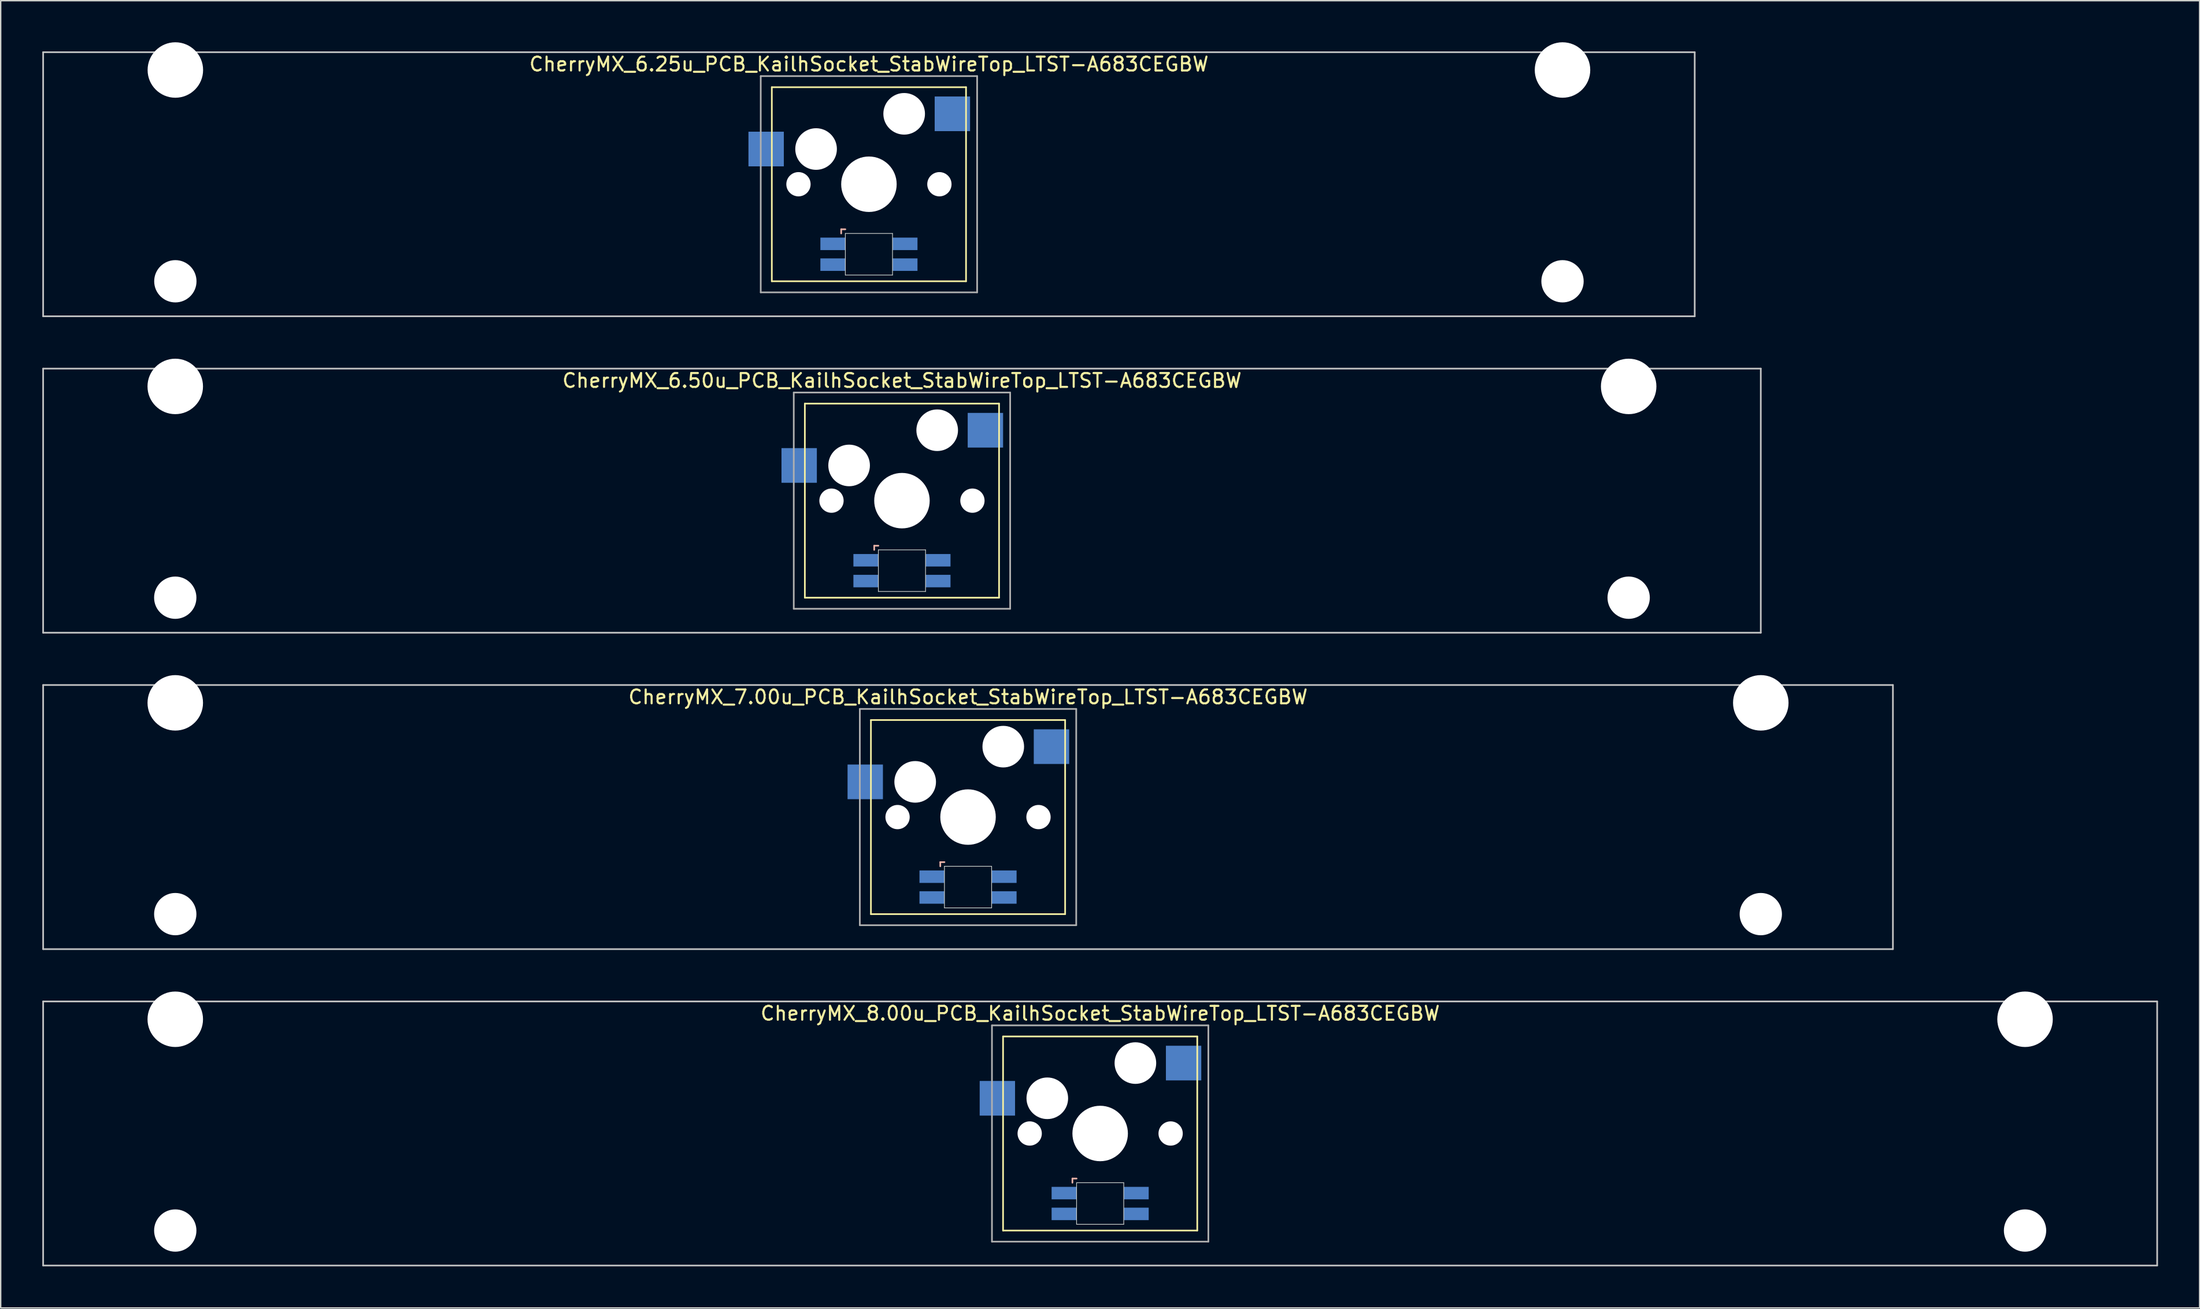
<source format=kicad_pcb>
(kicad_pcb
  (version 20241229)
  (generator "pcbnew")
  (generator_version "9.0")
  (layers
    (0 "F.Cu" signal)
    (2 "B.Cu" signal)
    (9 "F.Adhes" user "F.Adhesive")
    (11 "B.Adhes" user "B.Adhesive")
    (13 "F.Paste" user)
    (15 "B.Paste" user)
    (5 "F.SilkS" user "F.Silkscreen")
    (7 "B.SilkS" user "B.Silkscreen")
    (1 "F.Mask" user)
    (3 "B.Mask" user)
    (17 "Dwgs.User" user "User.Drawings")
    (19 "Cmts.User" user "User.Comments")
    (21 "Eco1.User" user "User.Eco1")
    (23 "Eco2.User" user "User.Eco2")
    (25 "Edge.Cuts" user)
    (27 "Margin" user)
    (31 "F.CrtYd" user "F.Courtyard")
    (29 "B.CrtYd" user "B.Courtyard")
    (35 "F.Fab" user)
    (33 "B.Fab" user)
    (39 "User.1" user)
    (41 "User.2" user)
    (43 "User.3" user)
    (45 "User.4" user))
  (footprint "CherryMX_6.50u_PCB_KailhSocket_StabWireTop_LTST-A683CEGBW"
    (layer "F.Cu")
    (at 61.972 33.065)
    (property "Reference" "CherryMX_6.50u_PCB_KailhSocket_StabWireTop_LTST-A683CEGBW" (at 0 -8.662 0) (layer "F.SilkS") (effects (font (size 1 1) (thickness 0.15))))
    (attr through_hole)
    (fp_line (start -7 -7) (end -7 7) (stroke (width 0.12) (type solid)) (layer "F.SilkS"))
    (fp_line (start -7 -7) (end 7 -7) (stroke (width 0.12) (type solid)) (layer "F.SilkS"))
    (fp_line (start 7 -7) (end 7 7) (stroke (width 0.12) (type solid)) (layer "F.SilkS"))
    (fp_line (start 7 7) (end -7 7) (stroke (width 0.12) (type solid)) (layer "F.SilkS"))
    (fp_line (start -2 3.25) (end -2 3.55) (stroke (width 0.12) (type solid)) (layer "B.SilkS"))
    (fp_line (start -1.7 3.25) (end -2 3.25) (stroke (width 0.12) (type solid)) (layer "B.SilkS"))
    (fp_line (start -61.913 -9.525) (end 61.913 -9.525) (stroke (width 0.12) (type solid)) (layer "Dwgs.User"))
    (fp_line (start -61.913 9.525) (end -61.913 -9.525) (stroke (width 0.12) (type solid)) (layer "Dwgs.User"))
    (fp_line (start 61.913 -9.525) (end 61.913 9.525) (stroke (width 0.12) (type solid)) (layer "Dwgs.User"))
    (fp_line (start 61.913 9.525) (end -61.913 9.525) (stroke (width 0.12) (type solid)) (layer "Dwgs.User"))
    (fp_line (start -1.7 3.55) (end 1.7 3.55) (stroke (width 0.05) (type solid)) (layer "Edge.Cuts"))
    (fp_line (start -1.7 6.55) (end -1.7 3.55) (stroke (width 0.05) (type solid)) (layer "Edge.Cuts"))
    (fp_line (start 1.7 3.55) (end 1.7 6.55) (stroke (width 0.05) (type solid)) (layer "Edge.Cuts"))
    (fp_line (start 1.7 6.55) (end -1.7 6.55) (stroke (width 0.05) (type solid)) (layer "Edge.Cuts"))
    (fp_line (start -7.8 -7.8) (end -7.8 7.8) (stroke (width 0.12) (type solid)) (layer "F.Fab"))
    (fp_line (start -7.8 -7.8) (end 7.8 -7.8) (stroke (width 0.12) (type solid)) (layer "F.Fab"))
    (fp_line (start -7.8 7.8) (end 7.8 7.8) (stroke (width 0.12) (type solid)) (layer "F.Fab"))
    (fp_line (start 7.8 -7.8) (end 7.8 7.8) (stroke (width 0.12) (type solid)) (layer "F.Fab"))
    (pad "" np_thru_hole circle (at -52.388 -8.24) (size 4 4) (drill 4) (layers "*.Cu" "*.Mask"))
    (pad "" np_thru_hole circle (at -52.388 7) (size 3.05 3.05) (drill 3.05) (layers "*.Cu" "*.Mask"))
    (pad "" np_thru_hole circle (at -5.08 0) (size 1.75 1.75) (drill 1.75) (layers "*.Cu" "*.Mask"))
    (pad "" np_thru_hole circle (at -3.81 -2.54) (size 3 3) (drill 3) (layers "*.Cu" "*.Mask"))
    (pad "" np_thru_hole circle (at 0 0) (size 4 4) (drill 4) (layers "*.Cu" "*.Mask"))
    (pad "" np_thru_hole circle (at 2.54 -5.08) (size 3 3) (drill 3) (layers "*.Cu" "*.Mask"))
    (pad "" np_thru_hole circle (at 5.08 0) (size 1.75 1.75) (drill 1.75) (layers "*.Cu" "*.Mask"))
    (pad "" np_thru_hole circle (at 52.388 -8.24) (size 4 4) (drill 4) (layers "*.Cu" "*.Mask"))
    (pad "" np_thru_hole circle (at 52.388 7) (size 3.05 3.05) (drill 3.05) (layers "*.Cu" "*.Mask"))
    (pad "1" smd rect (at -7.41 -2.54) (size 2.55 2.5) (layers "B.Cu" "B.Mask" "B.Paste"))
    (pad "2" smd rect (at 6.015 -5.08) (size 2.55 2.5) (layers "B.Cu" "B.Mask" "B.Paste"))
    (pad "3" smd rect (at -2.6 4.3) (size 1.8 0.9) (layers "B.Cu" "B.Mask" "B.Paste"))
    (pad "4" smd rect (at -2.6 5.8) (size 1.8 0.9) (layers "B.Cu" "B.Mask" "B.Paste"))
    (pad "5" smd rect (at 2.6 4.3) (size 1.8 0.9) (layers "B.Cu" "B.Mask" "B.Paste"))
    (pad "6" smd rect (at 2.6 5.8) (size 1.8 0.9) (layers "B.Cu" "B.Mask" "B.Paste")))
  (footprint "CherryMX_6.25u_PCB_KailhSocket_StabWireTop_LTST-A683CEGBW"
    (layer "F.Cu")
    (at 59.591 10.24)
    (property "Reference" "CherryMX_6.25u_PCB_KailhSocket_StabWireTop_LTST-A683CEGBW" (at 0 -8.662 0) (layer "F.SilkS") (effects (font (size 1 1) (thickness 0.15))))
    (attr through_hole)
    (fp_line (start -7 -7) (end -7 7) (stroke (width 0.12) (type solid)) (layer "F.SilkS"))
    (fp_line (start -7 -7) (end 7 -7) (stroke (width 0.12) (type solid)) (layer "F.SilkS"))
    (fp_line (start 7 -7) (end 7 7) (stroke (width 0.12) (type solid)) (layer "F.SilkS"))
    (fp_line (start 7 7) (end -7 7) (stroke (width 0.12) (type solid)) (layer "F.SilkS"))
    (fp_line (start -2 3.25) (end -2 3.55) (stroke (width 0.12) (type solid)) (layer "B.SilkS"))
    (fp_line (start -1.7 3.25) (end -2 3.25) (stroke (width 0.12) (type solid)) (layer "B.SilkS"))
    (fp_line (start -59.531 -9.525) (end 59.531 -9.525) (stroke (width 0.12) (type solid)) (layer "Dwgs.User"))
    (fp_line (start -59.531 9.525) (end -59.531 -9.525) (stroke (width 0.12) (type solid)) (layer "Dwgs.User"))
    (fp_line (start 59.531 -9.525) (end 59.531 9.525) (stroke (width 0.12) (type solid)) (layer "Dwgs.User"))
    (fp_line (start 59.531 9.525) (end -59.531 9.525) (stroke (width 0.12) (type solid)) (layer "Dwgs.User"))
    (fp_line (start -1.7 3.55) (end 1.7 3.55) (stroke (width 0.05) (type solid)) (layer "Edge.Cuts"))
    (fp_line (start -1.7 6.55) (end -1.7 3.55) (stroke (width 0.05) (type solid)) (layer "Edge.Cuts"))
    (fp_line (start 1.7 3.55) (end 1.7 6.55) (stroke (width 0.05) (type solid)) (layer "Edge.Cuts"))
    (fp_line (start 1.7 6.55) (end -1.7 6.55) (stroke (width 0.05) (type solid)) (layer "Edge.Cuts"))
    (fp_line (start -7.8 -7.8) (end -7.8 7.8) (stroke (width 0.12) (type solid)) (layer "F.Fab"))
    (fp_line (start -7.8 -7.8) (end 7.8 -7.8) (stroke (width 0.12) (type solid)) (layer "F.Fab"))
    (fp_line (start -7.8 7.8) (end 7.8 7.8) (stroke (width 0.12) (type solid)) (layer "F.Fab"))
    (fp_line (start 7.8 -7.8) (end 7.8 7.8) (stroke (width 0.12) (type solid)) (layer "F.Fab"))
    (pad "" np_thru_hole circle (at -50 -8.24) (size 4 4) (drill 4) (layers "*.Cu" "*.Mask"))
    (pad "" np_thru_hole circle (at -50 7) (size 3.05 3.05) (drill 3.05) (layers "*.Cu" "*.Mask"))
    (pad "" np_thru_hole circle (at -5.08 0) (size 1.75 1.75) (drill 1.75) (layers "*.Cu" "*.Mask"))
    (pad "" np_thru_hole circle (at -3.81 -2.54) (size 3 3) (drill 3) (layers "*.Cu" "*.Mask"))
    (pad "" np_thru_hole circle (at 0 0) (size 4 4) (drill 4) (layers "*.Cu" "*.Mask"))
    (pad "" np_thru_hole circle (at 2.54 -5.08) (size 3 3) (drill 3) (layers "*.Cu" "*.Mask"))
    (pad "" np_thru_hole circle (at 5.08 0) (size 1.75 1.75) (drill 1.75) (layers "*.Cu" "*.Mask"))
    (pad "" np_thru_hole circle (at 50 -8.24) (size 4 4) (drill 4) (layers "*.Cu" "*.Mask"))
    (pad "" np_thru_hole circle (at 50 7) (size 3.05 3.05) (drill 3.05) (layers "*.Cu" "*.Mask"))
    (pad "1" smd rect (at -7.41 -2.54) (size 2.55 2.5) (layers "B.Cu" "B.Mask" "B.Paste"))
    (pad "2" smd rect (at 6.015 -5.08) (size 2.55 2.5) (layers "B.Cu" "B.Mask" "B.Paste"))
    (pad "3" smd rect (at -2.6 4.3) (size 1.8 0.9) (layers "B.Cu" "B.Mask" "B.Paste"))
    (pad "4" smd rect (at -2.6 5.8) (size 1.8 0.9) (layers "B.Cu" "B.Mask" "B.Paste"))
    (pad "5" smd rect (at 2.6 4.3) (size 1.8 0.9) (layers "B.Cu" "B.Mask" "B.Paste"))
    (pad "6" smd rect (at 2.6 5.8) (size 1.8 0.9) (layers "B.Cu" "B.Mask" "B.Paste")))
  (footprint "CherryMX_7.00u_PCB_KailhSocket_StabWireTop_LTST-A683CEGBW"
    (layer "F.Cu")
    (at 66.735 55.89)
    (property "Reference" "CherryMX_7.00u_PCB_KailhSocket_StabWireTop_LTST-A683CEGBW" (at 0 -8.662 0) (layer "F.SilkS") (effects (font (size 1 1) (thickness 0.15))))
    (attr through_hole)
    (fp_line (start -7 -7) (end -7 7) (stroke (width 0.12) (type solid)) (layer "F.SilkS"))
    (fp_line (start -7 -7) (end 7 -7) (stroke (width 0.12) (type solid)) (layer "F.SilkS"))
    (fp_line (start 7 -7) (end 7 7) (stroke (width 0.12) (type solid)) (layer "F.SilkS"))
    (fp_line (start 7 7) (end -7 7) (stroke (width 0.12) (type solid)) (layer "F.SilkS"))
    (fp_line (start -2 3.25) (end -2 3.55) (stroke (width 0.12) (type solid)) (layer "B.SilkS"))
    (fp_line (start -1.7 3.25) (end -2 3.25) (stroke (width 0.12) (type solid)) (layer "B.SilkS"))
    (fp_line (start -66.675 -9.525) (end 66.675 -9.525) (stroke (width 0.12) (type solid)) (layer "Dwgs.User"))
    (fp_line (start -66.675 9.525) (end -66.675 -9.525) (stroke (width 0.12) (type solid)) (layer "Dwgs.User"))
    (fp_line (start 66.675 -9.525) (end 66.675 9.525) (stroke (width 0.12) (type solid)) (layer "Dwgs.User"))
    (fp_line (start 66.675 9.525) (end -66.675 9.525) (stroke (width 0.12) (type solid)) (layer "Dwgs.User"))
    (fp_line (start -1.7 3.55) (end 1.7 3.55) (stroke (width 0.05) (type solid)) (layer "Edge.Cuts"))
    (fp_line (start -1.7 6.55) (end -1.7 3.55) (stroke (width 0.05) (type solid)) (layer "Edge.Cuts"))
    (fp_line (start 1.7 3.55) (end 1.7 6.55) (stroke (width 0.05) (type solid)) (layer "Edge.Cuts"))
    (fp_line (start 1.7 6.55) (end -1.7 6.55) (stroke (width 0.05) (type solid)) (layer "Edge.Cuts"))
    (fp_line (start -7.8 -7.8) (end -7.8 7.8) (stroke (width 0.12) (type solid)) (layer "F.Fab"))
    (fp_line (start -7.8 -7.8) (end 7.8 -7.8) (stroke (width 0.12) (type solid)) (layer "F.Fab"))
    (fp_line (start -7.8 7.8) (end 7.8 7.8) (stroke (width 0.12) (type solid)) (layer "F.Fab"))
    (fp_line (start 7.8 -7.8) (end 7.8 7.8) (stroke (width 0.12) (type solid)) (layer "F.Fab"))
    (pad "" np_thru_hole circle (at -57.15 -8.24) (size 4 4) (drill 4) (layers "*.Cu" "*.Mask"))
    (pad "" np_thru_hole circle (at -57.15 7) (size 3.05 3.05) (drill 3.05) (layers "*.Cu" "*.Mask"))
    (pad "" np_thru_hole circle (at -5.08 0) (size 1.75 1.75) (drill 1.75) (layers "*.Cu" "*.Mask"))
    (pad "" np_thru_hole circle (at -3.81 -2.54) (size 3 3) (drill 3) (layers "*.Cu" "*.Mask"))
    (pad "" np_thru_hole circle (at 0 0) (size 4 4) (drill 4) (layers "*.Cu" "*.Mask"))
    (pad "" np_thru_hole circle (at 2.54 -5.08) (size 3 3) (drill 3) (layers "*.Cu" "*.Mask"))
    (pad "" np_thru_hole circle (at 5.08 0) (size 1.75 1.75) (drill 1.75) (layers "*.Cu" "*.Mask"))
    (pad "" np_thru_hole circle (at 57.15 -8.24) (size 4 4) (drill 4) (layers "*.Cu" "*.Mask"))
    (pad "" np_thru_hole circle (at 57.15 7) (size 3.05 3.05) (drill 3.05) (layers "*.Cu" "*.Mask"))
    (pad "1" smd rect (at -7.41 -2.54) (size 2.55 2.5) (layers "B.Cu" "B.Mask" "B.Paste"))
    (pad "2" smd rect (at 6.015 -5.08) (size 2.55 2.5) (layers "B.Cu" "B.Mask" "B.Paste"))
    (pad "3" smd rect (at -2.6 4.3) (size 1.8 0.9) (layers "B.Cu" "B.Mask" "B.Paste"))
    (pad "4" smd rect (at -2.6 5.8) (size 1.8 0.9) (layers "B.Cu" "B.Mask" "B.Paste"))
    (pad "5" smd rect (at 2.6 4.3) (size 1.8 0.9) (layers "B.Cu" "B.Mask" "B.Paste"))
    (pad "6" smd rect (at 2.6 5.8) (size 1.8 0.9) (layers "B.Cu" "B.Mask" "B.Paste")))
  (footprint "CherryMX_8.00u_PCB_KailhSocket_StabWireTop_LTST-A683CEGBW"
    (layer "F.Cu")
    (at 76.26 78.715)
    (property "Reference" "CherryMX_8.00u_PCB_KailhSocket_StabWireTop_LTST-A683CEGBW" (at 0 -8.662 0) (layer "F.SilkS") (effects (font (size 1 1) (thickness 0.15))))
    (attr through_hole)
    (fp_line (start -7 -7) (end -7 7) (stroke (width 0.12) (type solid)) (layer "F.SilkS"))
    (fp_line (start -7 -7) (end 7 -7) (stroke (width 0.12) (type solid)) (layer "F.SilkS"))
    (fp_line (start 7 -7) (end 7 7) (stroke (width 0.12) (type solid)) (layer "F.SilkS"))
    (fp_line (start 7 7) (end -7 7) (stroke (width 0.12) (type solid)) (layer "F.SilkS"))
    (fp_line (start -2 3.25) (end -2 3.55) (stroke (width 0.12) (type solid)) (layer "B.SilkS"))
    (fp_line (start -1.7 3.25) (end -2 3.25) (stroke (width 0.12) (type solid)) (layer "B.SilkS"))
    (fp_line (start -76.2 -9.525) (end 76.2 -9.525) (stroke (width 0.12) (type solid)) (layer "Dwgs.User"))
    (fp_line (start -76.2 9.525) (end -76.2 -9.525) (stroke (width 0.12) (type solid)) (layer "Dwgs.User"))
    (fp_line (start 76.2 -9.525) (end 76.2 9.525) (stroke (width 0.12) (type solid)) (layer "Dwgs.User"))
    (fp_line (start 76.2 9.525) (end -76.2 9.525) (stroke (width 0.12) (type solid)) (layer "Dwgs.User"))
    (fp_line (start -1.7 3.55) (end 1.7 3.55) (stroke (width 0.05) (type solid)) (layer "Edge.Cuts"))
    (fp_line (start -1.7 6.55) (end -1.7 3.55) (stroke (width 0.05) (type solid)) (layer "Edge.Cuts"))
    (fp_line (start 1.7 3.55) (end 1.7 6.55) (stroke (width 0.05) (type solid)) (layer "Edge.Cuts"))
    (fp_line (start 1.7 6.55) (end -1.7 6.55) (stroke (width 0.05) (type solid)) (layer "Edge.Cuts"))
    (fp_line (start -7.8 -7.8) (end -7.8 7.8) (stroke (width 0.12) (type solid)) (layer "F.Fab"))
    (fp_line (start -7.8 -7.8) (end 7.8 -7.8) (stroke (width 0.12) (type solid)) (layer "F.Fab"))
    (fp_line (start -7.8 7.8) (end 7.8 7.8) (stroke (width 0.12) (type solid)) (layer "F.Fab"))
    (fp_line (start 7.8 -7.8) (end 7.8 7.8) (stroke (width 0.12) (type solid)) (layer "F.Fab"))
    (pad "" np_thru_hole circle (at -66.675 -8.24) (size 4 4) (drill 4) (layers "*.Cu" "*.Mask"))
    (pad "" np_thru_hole circle (at -66.675 7) (size 3.05 3.05) (drill 3.05) (layers "*.Cu" "*.Mask"))
    (pad "" np_thru_hole circle (at -5.08 0) (size 1.75 1.75) (drill 1.75) (layers "*.Cu" "*.Mask"))
    (pad "" np_thru_hole circle (at -3.81 -2.54) (size 3 3) (drill 3) (layers "*.Cu" "*.Mask"))
    (pad "" np_thru_hole circle (at 0 0) (size 4 4) (drill 4) (layers "*.Cu" "*.Mask"))
    (pad "" np_thru_hole circle (at 2.54 -5.08) (size 3 3) (drill 3) (layers "*.Cu" "*.Mask"))
    (pad "" np_thru_hole circle (at 5.08 0) (size 1.75 1.75) (drill 1.75) (layers "*.Cu" "*.Mask"))
    (pad "" np_thru_hole circle (at 66.675 -8.24) (size 4 4) (drill 4) (layers "*.Cu" "*.Mask"))
    (pad "" np_thru_hole circle (at 66.675 7) (size 3.05 3.05) (drill 3.05) (layers "*.Cu" "*.Mask"))
    (pad "1" smd rect (at -7.41 -2.54) (size 2.55 2.5) (layers "B.Cu" "B.Mask" "B.Paste"))
    (pad "2" smd rect (at 6.015 -5.08) (size 2.55 2.5) (layers "B.Cu" "B.Mask" "B.Paste"))
    (pad "3" smd rect (at -2.6 4.3) (size 1.8 0.9) (layers "B.Cu" "B.Mask" "B.Paste"))
    (pad "4" smd rect (at -2.6 5.8) (size 1.8 0.9) (layers "B.Cu" "B.Mask" "B.Paste"))
    (pad "5" smd rect (at 2.6 4.3) (size 1.8 0.9) (layers "B.Cu" "B.Mask" "B.Paste"))
    (pad "6" smd rect (at 2.6 5.8) (size 1.8 0.9) (layers "B.Cu" "B.Mask" "B.Paste")))
  (gr_rect
    (start -3 -3)
    (end 155.52 91.3)
    (stroke (width 0.1) (type default))
    (fill no)
    (layer "Edge.Cuts")))
</source>
